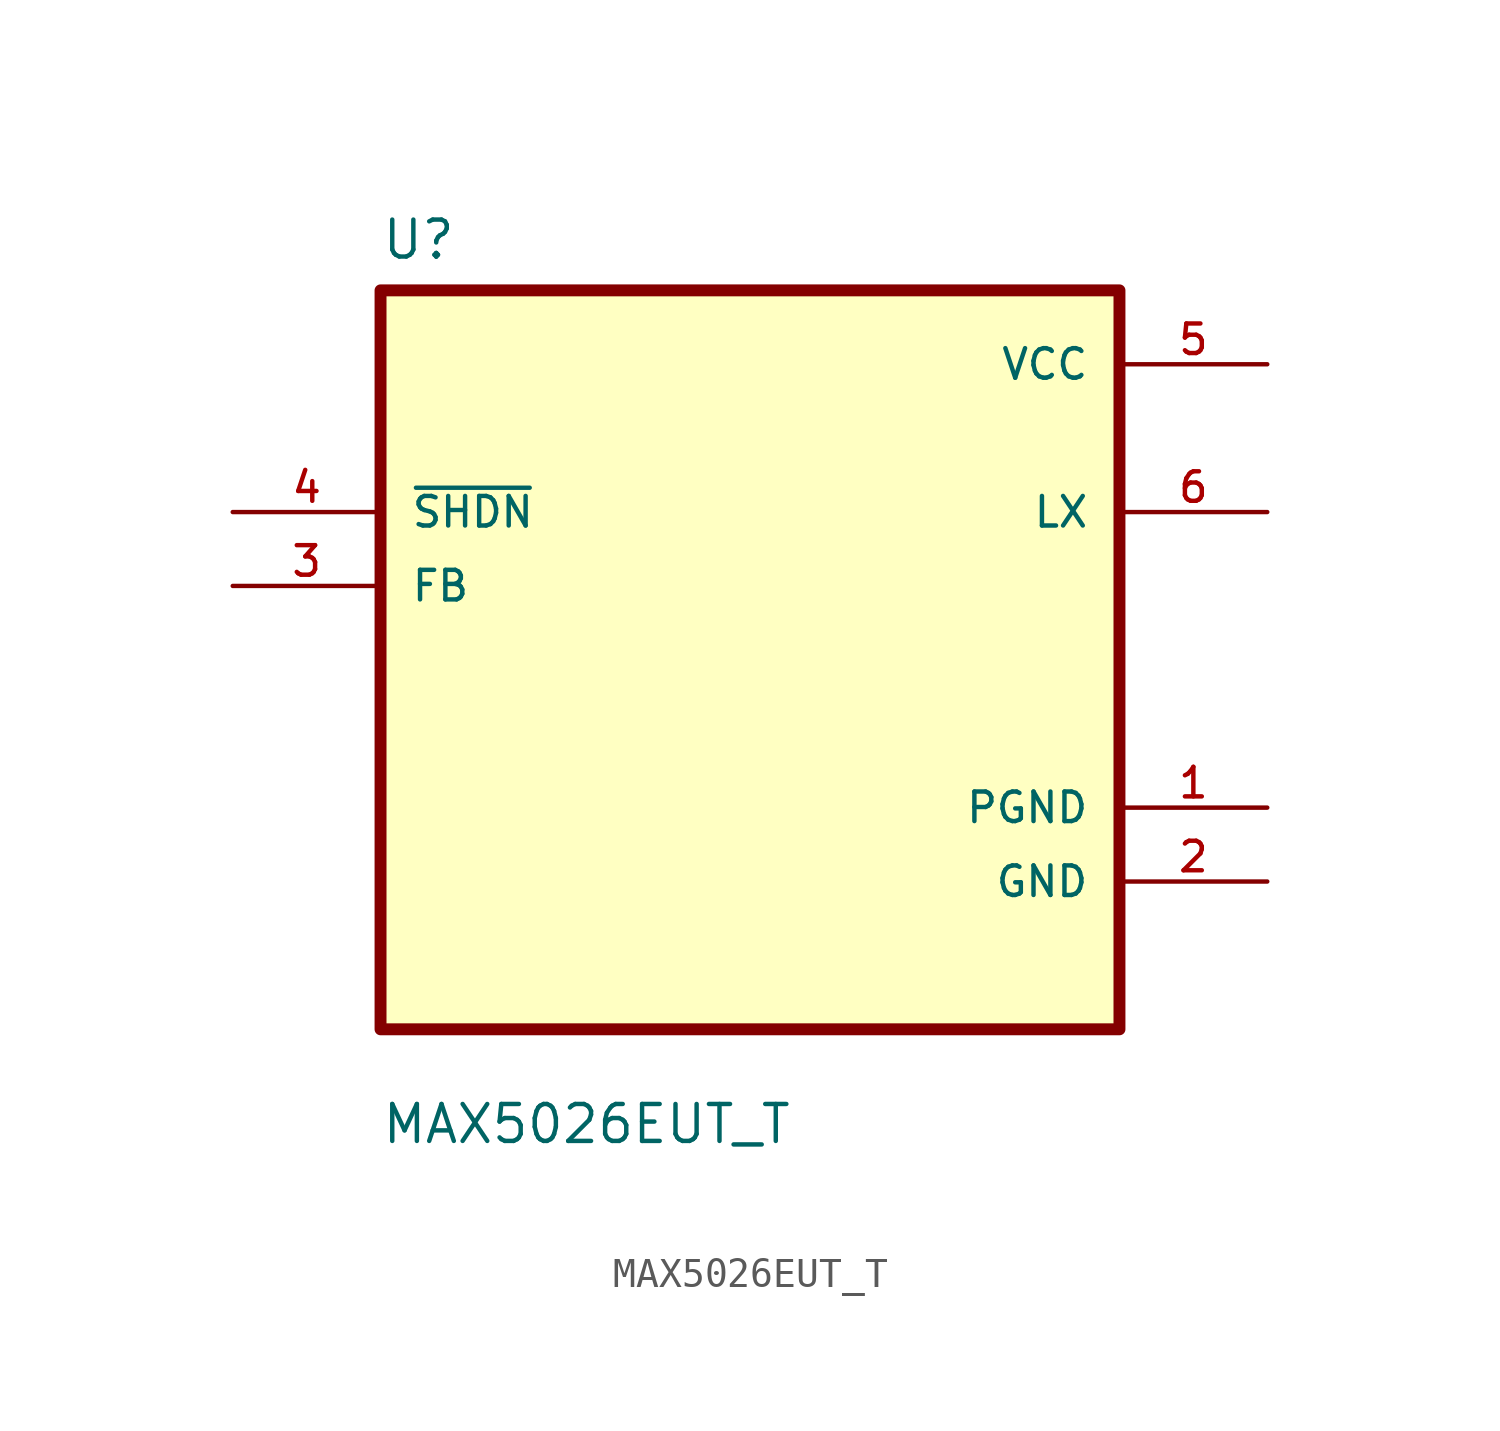
<source format=kicad_sym>
(kicad_symbol_lib
  (version 20211014)
  (generator kicad_symbol_editor)
  (symbol "MAX5026EUT_T"
    (pin_names
      (offset 1.016))
    (property "Reference" "U"
      (at -12.7 13.7 0.0)
      (effects (font (size 1.27 1.27)) (justify bottom left)))
    (property "Value" "MAX5026EUT_T"
      (at -12.7 -16.7 0.0)
      (effects (font (size 1.27 1.27)) (justify bottom left)))
    (symbol "MAX5026EUT_T_0_0"
      (rectangle (start -12.7 -12.7) (end 12.7 12.7) (stroke (width 0.41)) (fill (type background)))
      (pin input line (at -17.78 5.08 0) (length 5.08) (name "~{SHDN}" (effects (font (size 1.016 1.016)))) (number "4" (effects (font (size 1.016 1.016)))))
      (pin input line (at -17.78 2.54 0) (length 5.08) (name "FB" (effects (font (size 1.016 1.016)))) (number "3" (effects (font (size 1.016 1.016)))))
      (pin power_in line (at 17.78 10.16 180.0) (length 5.08) (name "VCC" (effects (font (size 1.016 1.016)))) (number "5" (effects (font (size 1.016 1.016)))))
      (pin output line (at 17.78 5.08 180.0) (length 5.08) (name "LX" (effects (font (size 1.016 1.016)))) (number "6" (effects (font (size 1.016 1.016)))))
      (pin power_in line (at 17.78 -5.08 180.0) (length 5.08) (name "PGND" (effects (font (size 1.016 1.016)))) (number "1" (effects (font (size 1.016 1.016)))))
      (pin power_in line (at 17.78 -7.62 180.0) (length 5.08) (name "GND" (effects (font (size 1.016 1.016)))) (number "2" (effects (font (size 1.016 1.016))))))))
</source>
